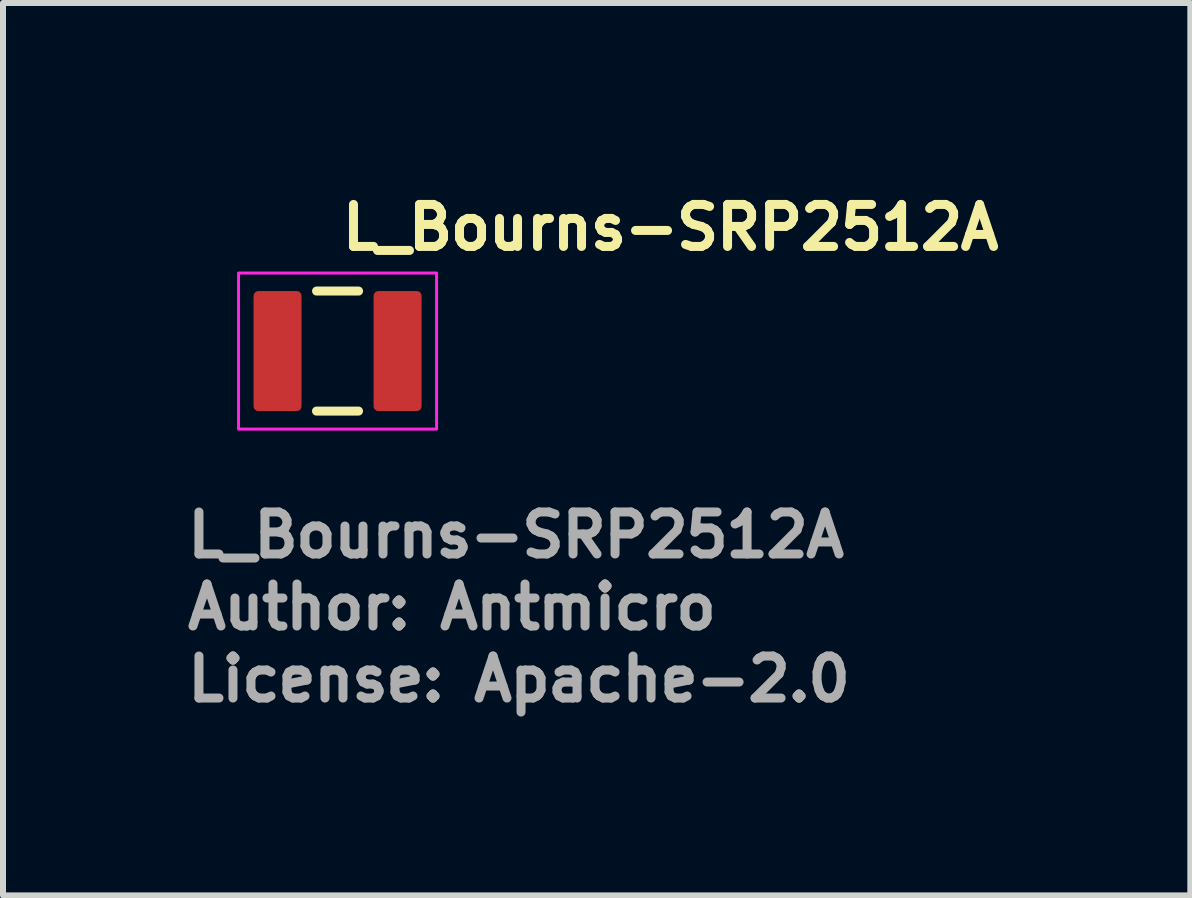
<source format=kicad_pcb>
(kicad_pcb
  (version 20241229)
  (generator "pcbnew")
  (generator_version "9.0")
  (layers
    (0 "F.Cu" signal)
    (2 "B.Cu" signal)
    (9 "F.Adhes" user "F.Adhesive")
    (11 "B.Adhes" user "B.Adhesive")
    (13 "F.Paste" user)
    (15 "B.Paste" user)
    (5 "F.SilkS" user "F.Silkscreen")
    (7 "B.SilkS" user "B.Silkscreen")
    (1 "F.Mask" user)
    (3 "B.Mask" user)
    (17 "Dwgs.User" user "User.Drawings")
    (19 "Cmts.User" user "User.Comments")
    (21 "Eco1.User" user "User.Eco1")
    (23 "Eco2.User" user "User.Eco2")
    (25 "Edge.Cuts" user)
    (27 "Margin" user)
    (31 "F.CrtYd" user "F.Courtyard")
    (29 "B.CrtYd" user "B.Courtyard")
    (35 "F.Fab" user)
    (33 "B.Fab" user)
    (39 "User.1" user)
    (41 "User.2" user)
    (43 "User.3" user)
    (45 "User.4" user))
  (footprint "L_Bourns-SRP2512A"
    (layer "F.Cu")
    (at 2.575 2.8)
    (property "Reference" "L_Bourns-SRP2512A" (at 0 -1.65 180) (layer "F.SilkS") (effects (font (size 0.7 0.7) (thickness 0.15)) (justify left bottom)))
    (attr smd)
    (fp_line (start -0.351 1) (end 0.349 1) (stroke (width 0.15) (type solid)) (layer "F.SilkS"))
    (fp_line (start -0.35 -1) (end 0.35 -1) (stroke (width 0.15) (type solid)) (layer "F.SilkS"))
    (fp_rect (start -1.65 -1.3) (end 1.65 1.3) (stroke (width 0.05) (type solid)) (fill no) (layer "F.CrtYd"))
    (fp_rect (start -1.205 -1) (end 1.203 1) (stroke (width 0.1) (type solid)) (fill no) (layer "User.5"))
    (fp_line (start -1.205 -0.941) (end -1.185 -0.941) (stroke (width 0.02) (type solid)) (layer "User.9"))
    (fp_line (start -1.205 0.958) (end -1.205 -0.941) (stroke (width 0.02) (type solid)) (layer "User.9"))
    (fp_line (start -1.185 -0.941) (end -1.15 -0.941) (stroke (width 0.02) (type solid)) (layer "User.9"))
    (fp_line (start -1.185 0.958) (end -1.205 0.958) (stroke (width 0.02) (type solid)) (layer "User.9"))
    (fp_line (start -1.185 0.958) (end -1.15 0.958) (stroke (width 0.02) (type solid)) (layer "User.9"))
    (fp_line (start -1.151 -0.981) (end -1.151 -0.98) (stroke (width 0.02) (type solid)) (layer "User.9"))
    (fp_line (start -1.151 -0.98) (end -1.15 -0.98) (stroke (width 0.02) (type solid)) (layer "User.9"))
    (fp_line (start -1.151 0.98) (end -1.151 0.981) (stroke (width 0.02) (type solid)) (layer "User.9"))
    (fp_line (start -1.151 0.981) (end -1.15 0.982) (stroke (width 0.02) (type solid)) (layer "User.9"))
    (fp_line (start -1.15 -0.986) (end -1.15 -0.985) (stroke (width 0.02) (type solid)) (layer "User.9"))
    (fp_line (start -1.15 -0.985) (end -1.15 -0.984) (stroke (width 0.02) (type solid)) (layer "User.9"))
    (fp_line (start -1.15 -0.984) (end -1.15 -0.983) (stroke (width 0.02) (type solid)) (layer "User.9"))
    (fp_line (start -1.15 -0.983) (end -1.15 -0.982) (stroke (width 0.02) (type solid)) (layer "User.9"))
    (fp_line (start -1.15 -0.982) (end -1.151 -0.981) (stroke (width 0.02) (type solid)) (layer "User.9"))
    (fp_line (start -1.15 -0.98) (end -1.15 0.98) (stroke (width 0.02) (type solid)) (layer "User.9"))
    (fp_line (start -1.15 0.98) (end -1.151 0.98) (stroke (width 0.02) (type solid)) (layer "User.9"))
    (fp_line (start -1.15 0.982) (end -1.15 0.983) (stroke (width 0.02) (type solid)) (layer "User.9"))
    (fp_line (start -1.15 0.983) (end -1.15 0.984) (stroke (width 0.02) (type solid)) (layer "User.9"))
    (fp_line (start -1.15 0.984) (end -1.15 0.985) (stroke (width 0.02) (type solid)) (layer "User.9"))
    (fp_line (start -1.15 0.985) (end -1.15 0.986) (stroke (width 0.02) (type solid)) (layer "User.9"))
    (fp_line (start -1.15 0.986) (end -1.149 0.987) (stroke (width 0.02) (type solid)) (layer "User.9"))
    (fp_line (start -1.149 -0.988) (end -1.149 -0.987) (stroke (width 0.02) (type solid)) (layer "User.9"))
    (fp_line (start -1.149 -0.987) (end -1.15 -0.986) (stroke (width 0.02) (type solid)) (layer "User.9"))
    (fp_line (start -1.149 0.987) (end -1.149 0.988) (stroke (width 0.02) (type solid)) (layer "User.9"))
    (fp_line (start -1.149 0.988) (end -1.148 0.989) (stroke (width 0.02) (type solid)) (layer "User.9"))
    (fp_line (start -1.148 -0.99) (end -1.148 -0.989) (stroke (width 0.02) (type solid)) (layer "User.9"))
    (fp_line (start -1.148 -0.989) (end -1.149 -0.988) (stroke (width 0.02) (type solid)) (layer "User.9"))
    (fp_line (start -1.148 0.989) (end -1.148 0.99) (stroke (width 0.02) (type solid)) (layer "User.9"))
    (fp_line (start -1.148 0.99) (end -1.147 0.99) (stroke (width 0.02) (type solid)) (layer "User.9"))
    (fp_line (start -1.147 -0.991) (end -1.147 -0.99) (stroke (width 0.02) (type solid)) (layer "User.9"))
    (fp_line (start -1.147 -0.99) (end -1.148 -0.99) (stroke (width 0.02) (type solid)) (layer "User.9"))
    (fp_line (start -1.147 0.99) (end -1.147 0.991) (stroke (width 0.02) (type solid)) (layer "User.9"))
    (fp_line (start -1.147 0.991) (end -1.145 0.992) (stroke (width 0.02) (type solid)) (layer "User.9"))
    (fp_line (start -1.145 -0.994) (end -1.145 -0.993) (stroke (width 0.02) (type solid)) (layer "User.9"))
    (fp_line (start -1.145 -0.993) (end -1.145 -0.992) (stroke (width 0.02) (type solid)) (layer "User.9"))
    (fp_line (start -1.145 -0.992) (end -1.147 -0.991) (stroke (width 0.02) (type solid)) (layer "User.9"))
    (fp_line (start -1.145 0.992) (end -1.145 0.993) (stroke (width 0.02) (type solid)) (layer "User.9"))
    (fp_line (start -1.145 0.993) (end -1.145 0.994) (stroke (width 0.02) (type solid)) (layer "User.9"))
    (fp_line (start -1.145 0.994) (end -1.144 0.994) (stroke (width 0.02) (type solid)) (layer "User.9"))
    (fp_line (start -1.144 -0.994) (end -1.145 -0.994) (stroke (width 0.02) (type solid)) (layer "User.9"))
    (fp_line (start -1.144 0.994) (end -1.143 0.995) (stroke (width 0.02) (type solid)) (layer "User.9"))
    (fp_line (start -1.143 -0.995) (end -1.144 -0.994) (stroke (width 0.02) (type solid)) (layer "User.9"))
    (fp_line (start -1.143 0.995) (end -1.141 0.996) (stroke (width 0.02) (type solid)) (layer "User.9"))
    (fp_line (start -1.141 -0.997) (end -1.141 -0.996) (stroke (width 0.02) (type solid)) (layer "User.9"))
    (fp_line (start -1.141 -0.996) (end -1.143 -0.995) (stroke (width 0.02) (type solid)) (layer "User.9"))
    (fp_line (start -1.141 -0.996) (end -1.141 -0.996) (stroke (width 0.02) (type solid)) (layer "User.9"))
    (fp_line (start -1.141 0.996) (end -1.141 0.996) (stroke (width 0.02) (type solid)) (layer "User.9"))
    (fp_line (start -1.141 0.996) (end -1.141 0.997) (stroke (width 0.02) (type solid)) (layer "User.9"))
    (fp_line (start -1.141 0.997) (end -1.14 0.997) (stroke (width 0.02) (type solid)) (layer "User.9"))
    (fp_line (start -1.14 -0.997) (end -1.141 -0.997) (stroke (width 0.02) (type solid)) (layer "User.9"))
    (fp_line (start -1.14 0.997) (end -1.139 0.998) (stroke (width 0.02) (type solid)) (layer "User.9"))
    (fp_line (start -1.139 -0.998) (end -1.14 -0.997) (stroke (width 0.02) (type solid)) (layer "User.9"))
    (fp_line (start -1.139 0.998) (end -1.137 0.998) (stroke (width 0.02) (type solid)) (layer "User.9"))
    (fp_line (start -1.137 -0.999) (end -1.137 -0.998) (stroke (width 0.02) (type solid)) (layer "User.9"))
    (fp_line (start -1.137 -0.998) (end -1.139 -0.998) (stroke (width 0.02) (type solid)) (layer "User.9"))
    (fp_line (start -1.137 0.998) (end -1.137 0.999) (stroke (width 0.02) (type solid)) (layer "User.9"))
    (fp_line (start -1.137 0.999) (end -1.136 0.999) (stroke (width 0.02) (type solid)) (layer "User.9"))
    (fp_line (start -1.136 -0.999) (end -1.137 -0.999) (stroke (width 0.02) (type solid)) (layer "User.9"))
    (fp_line (start -1.136 0.999) (end -1.135 0.999) (stroke (width 0.02) (type solid)) (layer "User.9"))
    (fp_line (start -1.135 -0.999) (end -1.136 -0.999) (stroke (width 0.02) (type solid)) (layer "User.9"))
    (fp_line (start -1.135 0.999) (end -1.133 0.999) (stroke (width 0.02) (type solid)) (layer "User.9"))
    (fp_line (start -1.133 -0.999) (end -1.135 -0.999) (stroke (width 0.02) (type solid)) (layer "User.9"))
    (fp_line (start -1.133 -0.999) (end -1.133 -0.999) (stroke (width 0.02) (type solid)) (layer "User.9"))
    (fp_line (start -1.133 0.999) (end -1.133 0.999) (stroke (width 0.02) (type solid)) (layer "User.9"))
    (fp_line (start -1.133 0.999) (end -1.132 1) (stroke (width 0.02) (type solid)) (layer "User.9"))
    (fp_line (start -1.132 -1) (end -1.133 -0.999) (stroke (width 0.02) (type solid)) (layer "User.9"))
    (fp_line (start -1.132 1) (end -1.131 1) (stroke (width 0.02) (type solid)) (layer "User.9"))
    (fp_line (start -1.131 -1) (end -1.132 -1) (stroke (width 0.02) (type solid)) (layer "User.9"))
    (fp_line (start -1.131 1) (end -1.129 1) (stroke (width 0.02) (type solid)) (layer "User.9"))
    (fp_line (start -1.129 -1) (end -1.131 -1) (stroke (width 0.02) (type solid)) (layer "User.9"))
    (fp_line (start -1.129 -1) (end 1.129 -1) (stroke (width 0.02) (type solid)) (layer "User.9"))
    (fp_line (start 1.129 -1) (end 1.129 -1) (stroke (width 0.02) (type solid)) (layer "User.9"))
    (fp_line (start 1.129 -1) (end 1.129 -1) (stroke (width 0.02) (type solid)) (layer "User.9"))
    (fp_line (start 1.129 -1) (end 1.131 -0.999) (stroke (width 0.02) (type solid)) (layer "User.9"))
    (fp_line (start 1.129 1) (end -1.129 1) (stroke (width 0.02) (type solid)) (layer "User.9"))
    (fp_line (start 1.129 1) (end 1.129 1) (stroke (width 0.02) (type solid)) (layer "User.9"))
    (fp_line (start 1.129 1) (end 1.129 1) (stroke (width 0.02) (type solid)) (layer "User.9"))
    (fp_line (start 1.131 -0.999) (end 1.132 -0.999) (stroke (width 0.02) (type solid)) (layer "User.9"))
    (fp_line (start 1.131 0.999) (end 1.129 1) (stroke (width 0.02) (type solid)) (layer "User.9"))
    (fp_line (start 1.132 -0.999) (end 1.133 -0.999) (stroke (width 0.02) (type solid)) (layer "User.9"))
    (fp_line (start 1.132 0.999) (end 1.131 0.999) (stroke (width 0.02) (type solid)) (layer "User.9"))
    (fp_line (start 1.133 -0.999) (end 1.133 -0.999) (stroke (width 0.02) (type solid)) (layer "User.9"))
    (fp_line (start 1.133 -0.999) (end 1.135 -0.999) (stroke (width 0.02) (type solid)) (layer "User.9"))
    (fp_line (start 1.133 0.999) (end 1.132 0.999) (stroke (width 0.02) (type solid)) (layer "User.9"))
    (fp_line (start 1.133 0.999) (end 1.133 0.999) (stroke (width 0.02) (type solid)) (layer "User.9"))
    (fp_line (start 1.135 -0.999) (end 1.136 -0.998) (stroke (width 0.02) (type solid)) (layer "User.9"))
    (fp_line (start 1.135 0.999) (end 1.133 0.999) (stroke (width 0.02) (type solid)) (layer "User.9"))
    (fp_line (start 1.136 -0.998) (end 1.137 -0.998) (stroke (width 0.02) (type solid)) (layer "User.9"))
    (fp_line (start 1.136 0.998) (end 1.135 0.999) (stroke (width 0.02) (type solid)) (layer "User.9"))
    (fp_line (start 1.137 -0.998) (end 1.137 -0.997) (stroke (width 0.02) (type solid)) (layer "User.9"))
    (fp_line (start 1.137 -0.997) (end 1.139 -0.997) (stroke (width 0.02) (type solid)) (layer "User.9"))
    (fp_line (start 1.137 0.997) (end 1.137 0.998) (stroke (width 0.02) (type solid)) (layer "User.9"))
    (fp_line (start 1.137 0.998) (end 1.136 0.998) (stroke (width 0.02) (type solid)) (layer "User.9"))
    (fp_line (start 1.139 -0.997) (end 1.139 -0.996) (stroke (width 0.02) (type solid)) (layer "User.9"))
    (fp_line (start 1.139 -0.996) (end 1.14 -0.996) (stroke (width 0.02) (type solid)) (layer "User.9"))
    (fp_line (start 1.139 0.996) (end 1.139 0.997) (stroke (width 0.02) (type solid)) (layer "User.9"))
    (fp_line (start 1.139 0.997) (end 1.137 0.997) (stroke (width 0.02) (type solid)) (layer "User.9"))
    (fp_line (start 1.14 -0.996) (end 1.141 -0.995) (stroke (width 0.02) (type solid)) (layer "User.9"))
    (fp_line (start 1.14 0.996) (end 1.139 0.996) (stroke (width 0.02) (type solid)) (layer "User.9"))
    (fp_line (start 1.141 -0.995) (end 1.141 -0.994) (stroke (width 0.02) (type solid)) (layer "User.9"))
    (fp_line (start 1.141 -0.994) (end 1.143 -0.994) (stroke (width 0.02) (type solid)) (layer "User.9"))
    (fp_line (start 1.141 0.994) (end 1.141 0.995) (stroke (width 0.02) (type solid)) (layer "User.9"))
    (fp_line (start 1.141 0.995) (end 1.14 0.996) (stroke (width 0.02) (type solid)) (layer "User.9"))
    (fp_line (start 1.143 -0.994) (end 1.143 -0.993) (stroke (width 0.02) (type solid)) (layer "User.9"))
    (fp_line (start 1.143 -0.993) (end 1.144 -0.992) (stroke (width 0.02) (type solid)) (layer "User.9"))
    (fp_line (start 1.143 0.993) (end 1.143 0.994) (stroke (width 0.02) (type solid)) (layer "User.9"))
    (fp_line (start 1.143 0.994) (end 1.141 0.994) (stroke (width 0.02) (type solid)) (layer "User.9"))
    (fp_line (start 1.144 -0.992) (end 1.145 -0.991) (stroke (width 0.02) (type solid)) (layer "User.9"))
    (fp_line (start 1.144 0.992) (end 1.143 0.993) (stroke (width 0.02) (type solid)) (layer "User.9"))
    (fp_line (start 1.145 -0.991) (end 1.145 -0.99) (stroke (width 0.02) (type solid)) (layer "User.9"))
    (fp_line (start 1.145 -0.99) (end 1.145 -0.99) (stroke (width 0.02) (type solid)) (layer "User.9"))
    (fp_line (start 1.145 -0.99) (end 1.145 -0.989) (stroke (width 0.02) (type solid)) (layer "User.9"))
    (fp_line (start 1.145 -0.989) (end 1.147 -0.988) (stroke (width 0.02) (type solid)) (layer "User.9"))
    (fp_line (start 1.145 0.989) (end 1.145 0.99) (stroke (width 0.02) (type solid)) (layer "User.9"))
    (fp_line (start 1.145 0.99) (end 1.145 0.99) (stroke (width 0.02) (type solid)) (layer "User.9"))
    (fp_line (start 1.145 0.99) (end 1.145 0.991) (stroke (width 0.02) (type solid)) (layer "User.9"))
    (fp_line (start 1.145 0.991) (end 1.144 0.992) (stroke (width 0.02) (type solid)) (layer "User.9"))
    (fp_line (start 1.147 -0.988) (end 1.147 -0.987) (stroke (width 0.02) (type solid)) (layer "User.9"))
    (fp_line (start 1.147 -0.987) (end 1.148 -0.986) (stroke (width 0.02) (type solid)) (layer "User.9"))
    (fp_line (start 1.147 0.987) (end 1.147 0.988) (stroke (width 0.02) (type solid)) (layer "User.9"))
    (fp_line (start 1.147 0.988) (end 1.145 0.989) (stroke (width 0.02) (type solid)) (layer "User.9"))
    (fp_line (start 1.148 -0.986) (end 1.148 -0.985) (stroke (width 0.02) (type solid)) (layer "User.9"))
    (fp_line (start 1.148 -0.985) (end 1.148 -0.984) (stroke (width 0.02) (type solid)) (layer "User.9"))
    (fp_line (start 1.148 -0.984) (end 1.148 -0.983) (stroke (width 0.02) (type solid)) (layer "User.9"))
    (fp_line (start 1.148 -0.983) (end 1.148 -0.982) (stroke (width 0.02) (type solid)) (layer "User.9"))
    (fp_line (start 1.148 -0.982) (end 1.149 -0.981) (stroke (width 0.02) (type solid)) (layer "User.9"))
    (fp_line (start 1.148 0.982) (end 1.148 0.983) (stroke (width 0.02) (type solid)) (layer "User.9"))
    (fp_line (start 1.148 0.983) (end 1.148 0.984) (stroke (width 0.02) (type solid)) (layer "User.9"))
    (fp_line (start 1.148 0.984) (end 1.148 0.985) (stroke (width 0.02) (type solid)) (layer "User.9"))
    (fp_line (start 1.148 0.985) (end 1.148 0.986) (stroke (width 0.02) (type solid)) (layer "User.9"))
    (fp_line (start 1.148 0.986) (end 1.147 0.987) (stroke (width 0.02) (type solid)) (layer "User.9"))
    (fp_line (start 1.149 -0.981) (end 1.149 -0.98) (stroke (width 0.02) (type solid)) (layer "User.9"))
    (fp_line (start 1.149 -0.98) (end 1.149 -0.98) (stroke (width 0.02) (type solid)) (layer "User.9"))
    (fp_line (start 1.149 0.98) (end 1.149 -0.98) (stroke (width 0.02) (type solid)) (layer "User.9"))
    (fp_line (start 1.149 0.98) (end 1.149 0.98) (stroke (width 0.02) (type solid)) (layer "User.9"))
    (fp_line (start 1.149 0.98) (end 1.149 0.981) (stroke (width 0.02) (type solid)) (layer "User.9"))
    (fp_line (start 1.149 0.981) (end 1.148 0.982) (stroke (width 0.02) (type solid)) (layer "User.9"))
    (fp_line (start 1.183 -0.941) (end 1.149 -0.941) (stroke (width 0.02) (type solid)) (layer "User.9"))
    (fp_line (start 1.183 -0.941) (end 1.203 -0.941) (stroke (width 0.02) (type solid)) (layer "User.9"))
    (fp_line (start 1.183 0.958) (end 1.149 0.958) (stroke (width 0.02) (type solid)) (layer "User.9"))
    (fp_line (start 1.203 -0.941) (end 1.203 0.958) (stroke (width 0.02) (type solid)) (layer "User.9"))
    (fp_line (start 1.203 0.958) (end 1.183 0.958) (stroke (width 0.02) (type solid)) (layer "User.9"))
    (fp_text user "${REFERENCE}" (at -2.575 3.475 0) (layer "F.Fab") (effects (font (size 0.7 0.7) (thickness 0.15)) (justify left bottom)))
    (fp_text user "License: Apache-2.0" (at -2.575 5.875 0) (layer "F.Fab") (effects (font (size 0.7 0.7) (thickness 0.15)) (justify left bottom)))
    (fp_text user "Author: Antmicro" (at -2.575 4.675 0) (layer "F.Fab") (effects (font (size 0.7 0.7) (thickness 0.15)) (justify left bottom)))
    (pad "1" smd roundrect (at -1 0 90) (size 2 0.8) (layers "F.Cu" "F.Mask" "F.Paste") (roundrect_rratio 0.1))
    (pad "2" smd roundrect (at 1 0 90) (size 2 0.8) (layers "F.Cu" "F.Mask" "F.Paste") (roundrect_rratio 0.1)))
  (gr_rect
    (start -3 -3)
    (end 16.785 11.87)
    (stroke (width 0.1) (type default))
    (fill no)
    (layer "Edge.Cuts")))
</source>
